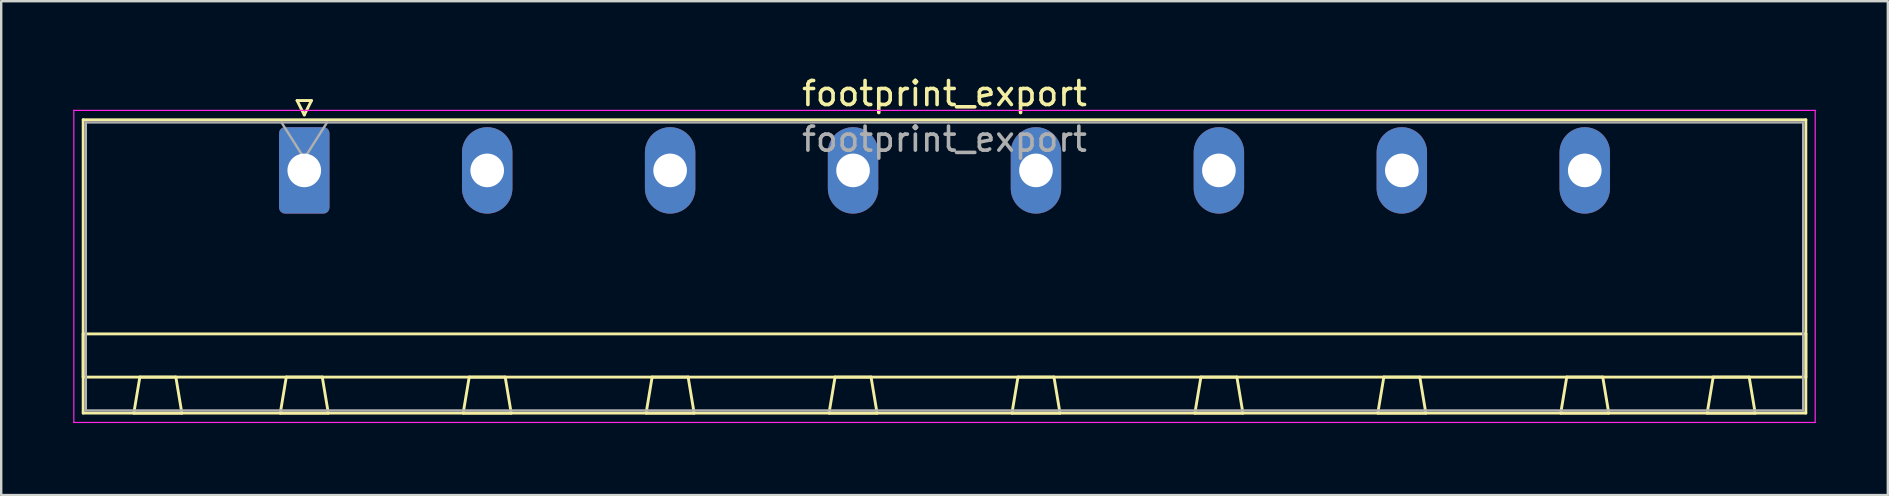
<source format=kicad_pcb>
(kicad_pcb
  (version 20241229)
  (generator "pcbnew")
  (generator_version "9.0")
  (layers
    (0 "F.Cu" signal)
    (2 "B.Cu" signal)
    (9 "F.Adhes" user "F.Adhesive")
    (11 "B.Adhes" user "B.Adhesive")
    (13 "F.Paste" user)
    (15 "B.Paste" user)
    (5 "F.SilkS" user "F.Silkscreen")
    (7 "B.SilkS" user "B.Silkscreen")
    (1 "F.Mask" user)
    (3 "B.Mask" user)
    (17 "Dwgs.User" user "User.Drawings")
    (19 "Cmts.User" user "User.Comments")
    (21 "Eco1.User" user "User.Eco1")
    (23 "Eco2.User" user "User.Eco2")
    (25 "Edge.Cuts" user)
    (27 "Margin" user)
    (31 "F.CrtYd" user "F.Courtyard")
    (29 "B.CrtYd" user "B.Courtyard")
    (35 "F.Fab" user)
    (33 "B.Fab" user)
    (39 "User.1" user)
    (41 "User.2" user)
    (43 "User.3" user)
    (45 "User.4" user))
  (footprint "footprint_export"
    (layer "F.Cu")
    (at 9.625 4.048)
    (property "Reference" "footprint_export" (at 26.67 -3.2 0) (layer "F.SilkS") (effects (font (size 1 1) (thickness 0.15))))
    (attr through_hole)
    (fp_line (start -9.21 -2.11) (end -9.21 10.11) (stroke (width 0.12) (type solid)) (layer "F.SilkS"))
    (fp_line (start -9.21 6.81) (end 62.55 6.81) (stroke (width 0.12) (type solid)) (layer "F.SilkS"))
    (fp_line (start -9.21 8.61) (end -9.21 6.81) (stroke (width 0.12) (type solid)) (layer "F.SilkS"))
    (fp_line (start -9.21 10.11) (end 62.55 10.11) (stroke (width 0.12) (type solid)) (layer "F.SilkS"))
    (fp_line (start -7.1 10.11) (end -5.1 10.11) (stroke (width 0.12) (type solid)) (layer "F.SilkS"))
    (fp_line (start -6.85 8.61) (end -7.1 10.11) (stroke (width 0.12) (type solid)) (layer "F.SilkS"))
    (fp_line (start -5.35 8.61) (end -6.85 8.61) (stroke (width 0.12) (type solid)) (layer "F.SilkS"))
    (fp_line (start -5.1 10.11) (end -5.35 8.61) (stroke (width 0.12) (type solid)) (layer "F.SilkS"))
    (fp_line (start -1 10.11) (end 1 10.11) (stroke (width 0.12) (type solid)) (layer "F.SilkS"))
    (fp_line (start -0.75 8.61) (end -1 10.11) (stroke (width 0.12) (type solid)) (layer "F.SilkS"))
    (fp_line (start -0.3 -2.91) (end 0.3 -2.91) (stroke (width 0.12) (type solid)) (layer "F.SilkS"))
    (fp_line (start 0 -2.31) (end -0.3 -2.91) (stroke (width 0.12) (type solid)) (layer "F.SilkS"))
    (fp_line (start 0.3 -2.91) (end 0 -2.31) (stroke (width 0.12) (type solid)) (layer "F.SilkS"))
    (fp_line (start 0.75 8.61) (end -0.75 8.61) (stroke (width 0.12) (type solid)) (layer "F.SilkS"))
    (fp_line (start 1 10.11) (end 0.75 8.61) (stroke (width 0.12) (type solid)) (layer "F.SilkS"))
    (fp_line (start 6.62 10.11) (end 8.62 10.11) (stroke (width 0.12) (type solid)) (layer "F.SilkS"))
    (fp_line (start 6.87 8.61) (end 6.62 10.11) (stroke (width 0.12) (type solid)) (layer "F.SilkS"))
    (fp_line (start 8.37 8.61) (end 6.87 8.61) (stroke (width 0.12) (type solid)) (layer "F.SilkS"))
    (fp_line (start 8.62 10.11) (end 8.37 8.61) (stroke (width 0.12) (type solid)) (layer "F.SilkS"))
    (fp_line (start 14.24 10.11) (end 16.24 10.11) (stroke (width 0.12) (type solid)) (layer "F.SilkS"))
    (fp_line (start 14.49 8.61) (end 14.24 10.11) (stroke (width 0.12) (type solid)) (layer "F.SilkS"))
    (fp_line (start 15.99 8.61) (end 14.49 8.61) (stroke (width 0.12) (type solid)) (layer "F.SilkS"))
    (fp_line (start 16.24 10.11) (end 15.99 8.61) (stroke (width 0.12) (type solid)) (layer "F.SilkS"))
    (fp_line (start 21.86 10.11) (end 23.86 10.11) (stroke (width 0.12) (type solid)) (layer "F.SilkS"))
    (fp_line (start 22.11 8.61) (end 21.86 10.11) (stroke (width 0.12) (type solid)) (layer "F.SilkS"))
    (fp_line (start 23.61 8.61) (end 22.11 8.61) (stroke (width 0.12) (type solid)) (layer "F.SilkS"))
    (fp_line (start 23.86 10.11) (end 23.61 8.61) (stroke (width 0.12) (type solid)) (layer "F.SilkS"))
    (fp_line (start 29.48 10.11) (end 31.48 10.11) (stroke (width 0.12) (type solid)) (layer "F.SilkS"))
    (fp_line (start 29.73 8.61) (end 29.48 10.11) (stroke (width 0.12) (type solid)) (layer "F.SilkS"))
    (fp_line (start 31.23 8.61) (end 29.73 8.61) (stroke (width 0.12) (type solid)) (layer "F.SilkS"))
    (fp_line (start 31.48 10.11) (end 31.23 8.61) (stroke (width 0.12) (type solid)) (layer "F.SilkS"))
    (fp_line (start 37.1 10.11) (end 39.1 10.11) (stroke (width 0.12) (type solid)) (layer "F.SilkS"))
    (fp_line (start 37.35 8.61) (end 37.1 10.11) (stroke (width 0.12) (type solid)) (layer "F.SilkS"))
    (fp_line (start 38.85 8.61) (end 37.35 8.61) (stroke (width 0.12) (type solid)) (layer "F.SilkS"))
    (fp_line (start 39.1 10.11) (end 38.85 8.61) (stroke (width 0.12) (type solid)) (layer "F.SilkS"))
    (fp_line (start 44.72 10.11) (end 46.72 10.11) (stroke (width 0.12) (type solid)) (layer "F.SilkS"))
    (fp_line (start 44.97 8.61) (end 44.72 10.11) (stroke (width 0.12) (type solid)) (layer "F.SilkS"))
    (fp_line (start 46.47 8.61) (end 44.97 8.61) (stroke (width 0.12) (type solid)) (layer "F.SilkS"))
    (fp_line (start 46.72 10.11) (end 46.47 8.61) (stroke (width 0.12) (type solid)) (layer "F.SilkS"))
    (fp_line (start 52.34 10.11) (end 54.34 10.11) (stroke (width 0.12) (type solid)) (layer "F.SilkS"))
    (fp_line (start 52.59 8.61) (end 52.34 10.11) (stroke (width 0.12) (type solid)) (layer "F.SilkS"))
    (fp_line (start 54.09 8.61) (end 52.59 8.61) (stroke (width 0.12) (type solid)) (layer "F.SilkS"))
    (fp_line (start 54.34 10.11) (end 54.09 8.61) (stroke (width 0.12) (type solid)) (layer "F.SilkS"))
    (fp_line (start 58.44 10.11) (end 60.44 10.11) (stroke (width 0.12) (type solid)) (layer "F.SilkS"))
    (fp_line (start 58.69 8.61) (end 58.44 10.11) (stroke (width 0.12) (type solid)) (layer "F.SilkS"))
    (fp_line (start 60.19 8.61) (end 58.69 8.61) (stroke (width 0.12) (type solid)) (layer "F.SilkS"))
    (fp_line (start 60.44 10.11) (end 60.19 8.61) (stroke (width 0.12) (type solid)) (layer "F.SilkS"))
    (fp_line (start 62.55 -2.11) (end -9.21 -2.11) (stroke (width 0.12) (type solid)) (layer "F.SilkS"))
    (fp_line (start 62.55 6.81) (end 62.55 8.61) (stroke (width 0.12) (type solid)) (layer "F.SilkS"))
    (fp_line (start 62.55 8.61) (end -9.21 8.61) (stroke (width 0.12) (type solid)) (layer "F.SilkS"))
    (fp_line (start 62.55 10.11) (end 62.55 -2.11) (stroke (width 0.12) (type solid)) (layer "F.SilkS"))
    (fp_line (start -9.6 -2.5) (end -9.6 10.5) (stroke (width 0.05) (type solid)) (layer "F.CrtYd"))
    (fp_line (start -9.6 10.5) (end 62.94 10.5) (stroke (width 0.05) (type solid)) (layer "F.CrtYd"))
    (fp_line (start 62.94 -2.5) (end -9.6 -2.5) (stroke (width 0.05) (type solid)) (layer "F.CrtYd"))
    (fp_line (start 62.94 10.5) (end 62.94 -2.5) (stroke (width 0.05) (type solid)) (layer "F.CrtYd"))
    (fp_line (start -9.1 -2) (end -9.1 10) (stroke (width 0.1) (type solid)) (layer "F.Fab"))
    (fp_line (start -9.1 10) (end 62.44 10) (stroke (width 0.1) (type solid)) (layer "F.Fab"))
    (fp_line (start 0 -0.5) (end -0.95 -2) (stroke (width 0.1) (type solid)) (layer "F.Fab"))
    (fp_line (start 0.95 -2) (end 0 -0.5) (stroke (width 0.1) (type solid)) (layer "F.Fab"))
    (fp_line (start 62.44 -2) (end -9.1 -2) (stroke (width 0.1) (type solid)) (layer "F.Fab"))
    (fp_line (start 62.44 10) (end 62.44 -2) (stroke (width 0.1) (type solid)) (layer "F.Fab"))
    (fp_text user "${REFERENCE}" (at 26.67 -1.3 0) (layer "F.Fab") (effects (font (size 1 1) (thickness 0.15))))
    (pad "1" thru_hole roundrect (at 0 0) (size 2.1 3.6) (drill 1.4) (layers "*.Cu" "*.Mask") (roundrect_rratio 0.119))
    (pad "2" thru_hole oval (at 7.62 0) (size 2.1 3.6) (drill 1.4) (layers "*.Cu" "*.Mask"))
    (pad "3" thru_hole oval (at 15.24 0) (size 2.1 3.6) (drill 1.4) (layers "*.Cu" "*.Mask"))
    (pad "4" thru_hole oval (at 22.86 0) (size 2.1 3.6) (drill 1.4) (layers "*.Cu" "*.Mask"))
    (pad "5" thru_hole oval (at 30.48 0) (size 2.1 3.6) (drill 1.4) (layers "*.Cu" "*.Mask"))
    (pad "6" thru_hole oval (at 38.1 0) (size 2.1 3.6) (drill 1.4) (layers "*.Cu" "*.Mask"))
    (pad "7" thru_hole oval (at 45.72 0) (size 2.1 3.6) (drill 1.4) (layers "*.Cu" "*.Mask"))
    (pad "8" thru_hole oval (at 53.34 0) (size 2.1 3.6) (drill 1.4) (layers "*.Cu" "*.Mask")))
  (gr_rect
    (start -3 -3)
    (end 75.59 17.573)
    (stroke (width 0.1) (type default))
    (fill no)
    (layer "Edge.Cuts")))
</source>
